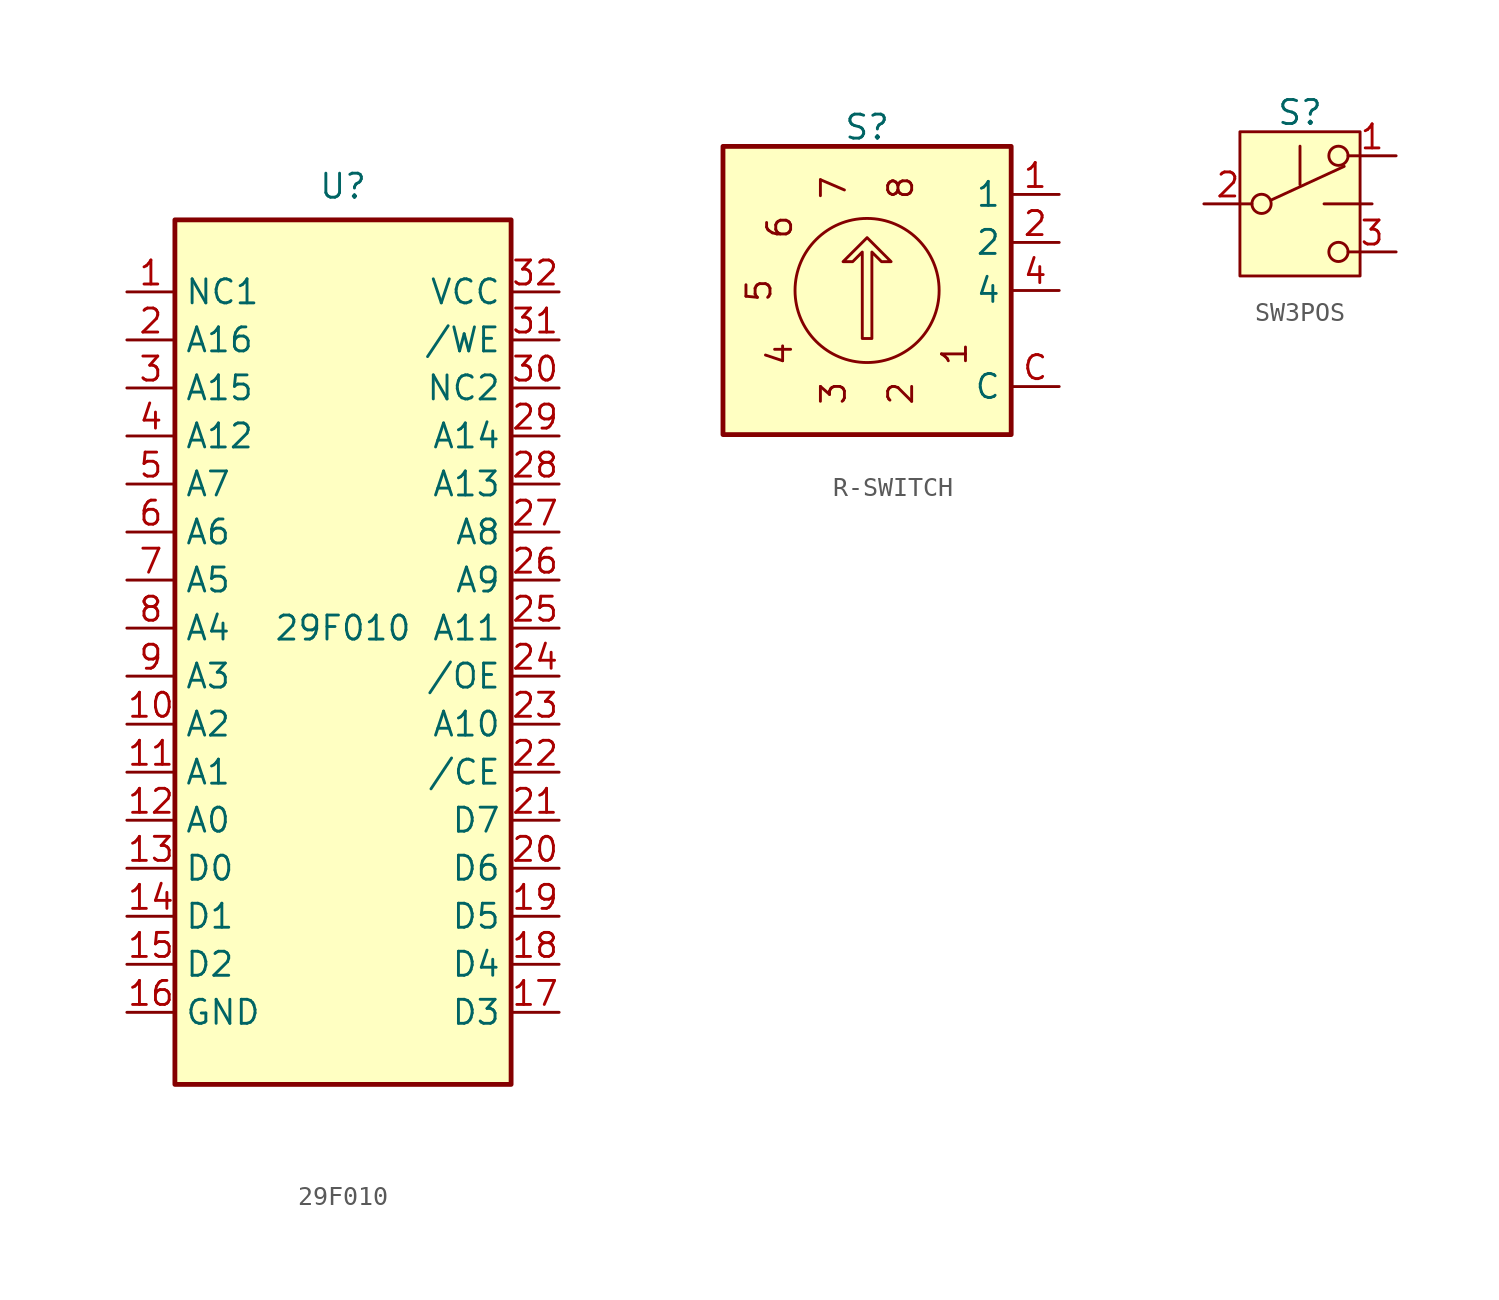
<source format=kicad_sym>
(kicad_symbol_lib
  (version 20241209)
  (generator "kicad_symbol_editor")
  (generator_version "9.0")
  (symbol "29F010"
    (property "Reference" "U"
      (at 0 23.368 0)
      (effects (font (size 1.27 1.27))))
    (property "Value" "29F010"
      (at 0 0 0)
      (effects (font (size 1.27 1.27))))
    (symbol "29F010_0_1"
      (rectangle (start -8.89 -24.13) (end 8.89 21.59) (stroke (width 0.254) (type default)) (fill (type background))))
    (symbol "29F010_1_1"
      (pin input line (at -11.43 17.78 0) (length 2.54) (name "NC1" (effects (font (size 1.27 1.27)))) (number "1" (effects (font (size 1.27 1.27)))))
      (pin input line (at -11.43 15.24 0) (length 2.54) (name "A16" (effects (font (size 1.27 1.27)))) (number "2" (effects (font (size 1.27 1.27)))))
      (pin input line (at -11.43 12.7 0) (length 2.54) (name "A15" (effects (font (size 1.27 1.27)))) (number "3" (effects (font (size 1.27 1.27)))))
      (pin input line (at -11.43 10.16 0) (length 2.54) (name "A12" (effects (font (size 1.27 1.27)))) (number "4" (effects (font (size 1.27 1.27)))))
      (pin input line (at -11.43 7.62 0) (length 2.54) (name "A7" (effects (font (size 1.27 1.27)))) (number "5" (effects (font (size 1.27 1.27)))))
      (pin input line (at -11.43 5.08 0) (length 2.54) (name "A6" (effects (font (size 1.27 1.27)))) (number "6" (effects (font (size 1.27 1.27)))))
      (pin input line (at -11.43 2.54 0) (length 2.54) (name "A5" (effects (font (size 1.27 1.27)))) (number "7" (effects (font (size 1.27 1.27)))))
      (pin input line (at -11.43 0 0) (length 2.54) (name "A4" (effects (font (size 1.27 1.27)))) (number "8" (effects (font (size 1.27 1.27)))))
      (pin input line (at -11.43 -2.54 0) (length 2.54) (name "A3" (effects (font (size 1.27 1.27)))) (number "9" (effects (font (size 1.27 1.27)))))
      (pin input line (at -11.43 -5.08 0) (length 2.54) (name "A2" (effects (font (size 1.27 1.27)))) (number "10" (effects (font (size 1.27 1.27)))))
      (pin input line (at -11.43 -7.62 0) (length 2.54) (name "A1" (effects (font (size 1.27 1.27)))) (number "11" (effects (font (size 1.27 1.27)))))
      (pin input line (at -11.43 -10.16 0) (length 2.54) (name "A0" (effects (font (size 1.27 1.27)))) (number "12" (effects (font (size 1.27 1.27)))))
      (pin input line (at -11.43 -12.7 0) (length 2.54) (name "D0" (effects (font (size 1.27 1.27)))) (number "13" (effects (font (size 1.27 1.27)))))
      (pin input line (at -11.43 -15.24 0) (length 2.54) (name "D1" (effects (font (size 1.27 1.27)))) (number "14" (effects (font (size 1.27 1.27)))))
      (pin input line (at -11.43 -17.78 0) (length 2.54) (name "D2" (effects (font (size 1.27 1.27)))) (number "15" (effects (font (size 1.27 1.27)))))
      (pin power_in line (at -11.43 -20.32 0) (length 2.54) (name "GND" (effects (font (size 1.27 1.27)))) (number "16" (effects (font (size 1.27 1.27)))))
      (pin power_in line (at 11.43 17.78 180) (length 2.54) (name "VCC" (effects (font (size 1.27 1.27)))) (number "32" (effects (font (size 1.27 1.27)))))
      (pin power_in line (at 11.43 15.24 180) (length 2.54) (name "/WE" (effects (font (size 1.27 1.27)))) (number "31" (effects (font (size 1.27 1.27)))))
      (pin power_in line (at 11.43 12.7 180) (length 2.54) (name "NC2" (effects (font (size 1.27 1.27)))) (number "30" (effects (font (size 1.27 1.27)))))
      (pin input line (at 11.43 10.16 180) (length 2.54) (name "A14" (effects (font (size 1.27 1.27)))) (number "29" (effects (font (size 1.27 1.27)))))
      (pin input line (at 11.43 7.62 180) (length 2.54) (name "A13" (effects (font (size 1.27 1.27)))) (number "28" (effects (font (size 1.27 1.27)))))
      (pin input line (at 11.43 5.08 180) (length 2.54) (name "A8" (effects (font (size 1.27 1.27)))) (number "27" (effects (font (size 1.27 1.27)))))
      (pin input line (at 11.43 2.54 180) (length 2.54) (name "A9" (effects (font (size 1.27 1.27)))) (number "26" (effects (font (size 1.27 1.27)))))
      (pin input line (at 11.43 0 180) (length 2.54) (name "A11" (effects (font (size 1.27 1.27)))) (number "25" (effects (font (size 1.27 1.27)))))
      (pin input line (at 11.43 -2.54 180) (length 2.54) (name "/OE" (effects (font (size 1.27 1.27)))) (number "24" (effects (font (size 1.27 1.27)))))
      (pin input line (at 11.43 -5.08 180) (length 2.54) (name "A10" (effects (font (size 1.27 1.27)))) (number "23" (effects (font (size 1.27 1.27)))))
      (pin input line (at 11.43 -7.62 180) (length 2.54) (name "/CE" (effects (font (size 1.27 1.27)))) (number "22" (effects (font (size 1.27 1.27)))))
      (pin input line (at 11.43 -10.16 180) (length 2.54) (name "D7" (effects (font (size 1.27 1.27)))) (number "21" (effects (font (size 1.27 1.27)))))
      (pin input line (at 11.43 -12.7 180) (length 2.54) (name "D6" (effects (font (size 1.27 1.27)))) (number "20" (effects (font (size 1.27 1.27)))))
      (pin input line (at 11.43 -15.24 180) (length 2.54) (name "D5" (effects (font (size 1.27 1.27)))) (number "19" (effects (font (size 1.27 1.27)))))
      (pin input line (at 11.43 -17.78 180) (length 2.54) (name "D4" (effects (font (size 1.27 1.27)))) (number "18" (effects (font (size 1.27 1.27)))))
      (pin input line (at 11.43 -20.32 180) (length 2.54) (name "D3" (effects (font (size 1.27 1.27)))) (number "17" (effects (font (size 1.27 1.27)))))))
  (symbol "R-SWITCH"
    (property "Reference" "S"
      (at 0 8.636 0)
      (effects (font (size 1.27 1.27))))
    (property "Value" ""
      (at 0 0 0)
      (effects (font (size 1.27 1.27))))
    (symbol "R-SWITCH_0_0"
      (text "5" (at -5.715 0 900) (effects (font (size 1.27 1.27))))
      (text "6" (at -4.623 3.353 540) (effects (font (size 1.27 1.27))))
      (text "4" (at -4.623 -3.353 1260) (effects (font (size 1.27 1.27))))
      (text "7" (at -1.778 5.436 180) (effects (font (size 1.27 1.27))))
      (text "3" (at -1.778 -5.436 1620) (effects (font (size 1.27 1.27))))
      (text "8" (at 1.778 5.436 3420) (effects (font (size 1.27 1.27))))
      (text "2" (at 1.778 -5.436 1980) (effects (font (size 1.27 1.27))))
      (text "1" (at 4.623 -3.353 2340) (effects (font (size 1.27 1.27)))))
    (symbol "R-SWITCH_0_1"
      (rectangle (start -7.62 7.62) (end 7.62 -7.62) (stroke (width 0.254) (type default)) (fill (type background)))
      (polyline (pts (xy -0.254 -2.54) (xy -0.254 2.032) (xy -0.762 1.524) (xy -1.27 1.524) (xy 0 2.794) (xy 1.27 1.524) (xy 0.762 1.524) (xy 0.254 2.032) (xy 0.254 -2.54) (xy -0.254 -2.54) (xy -0.254 -2.54)) (stroke (width 0) (type default)) (fill (type none)))
      (circle (center 0 0) (radius 3.81) (stroke (width 0) (type default)) (fill (type none))))
    (symbol "R-SWITCH_1_1"
      (pin passive line (at 10.16 5.08 180) (length 2.54) (name "1" (effects (font (size 1.27 1.27)))) (number "1" (effects (font (size 1.27 1.27)))))
      (pin passive line (at 10.16 2.54 180) (length 2.54) (name "2" (effects (font (size 1.27 1.27)))) (number "2" (effects (font (size 1.27 1.27)))))
      (pin passive line (at 10.16 0 180) (length 2.54) (name "4" (effects (font (size 1.27 1.27)))) (number "4" (effects (font (size 1.27 1.27)))))
      (pin passive line (at 10.16 -5.08 180) (length 2.54) (name "C" (effects (font (size 1.27 1.27)))) (number "C" (effects (font (size 1.27 1.27)))))))
  (symbol "SW3POS"
    (property "Reference" "S"
      (at 0 4.826 0)
      (effects (font (size 1.27 1.27))))
    (property "Value" ""
      (at 0 0 0)
      (effects (font (size 1.27 1.27))))
    (symbol "SW3POS_0_0"
      (circle (center -2.032 0) (radius 0.508) (stroke (width 0) (type default)) (fill (type none)))
      (polyline (pts (xy 0 1.016) (xy 0 3.048)) (stroke (width 0) (type default)) (fill (type none)))
      (circle (center 2.032 -2.54) (radius 0.508) (stroke (width 0) (type default)) (fill (type none))))
    (symbol "SW3POS_0_1"
      (polyline (pts (xy -1.524 0.203) (xy 2.337 1.981)) (stroke (width 0) (type default)) (fill (type none)))
      (polyline (pts (xy 1.27 0) (xy 3.81 0)) (stroke (width 0) (type default)) (fill (type none)))
      (circle (center 2.032 2.54) (radius 0.508) (stroke (width 0) (type default)) (fill (type none))))
    (symbol "SW3POS_1_1"
      (rectangle (start -3.175 3.81) (end 3.175 -3.81) (stroke (width 0) (type default)) (fill (type background)))
      (pin passive line (at -5.08 0 0) (length 2.54) (name "" (effects (font (size 1.27 1.27)))) (number "2" (effects (font (size 1.27 1.27)))))
      (pin passive line (at 5.08 2.54 180) (length 2.54) (name "" (effects (font (size 1.27 1.27)))) (number "1" (effects (font (size 1.27 1.27)))))
      (pin passive line (at 5.08 -2.54 180) (length 2.54) (name "" (effects (font (size 1.27 1.27)))) (number "3" (effects (font (size 1.27 1.27))))))))
</source>
